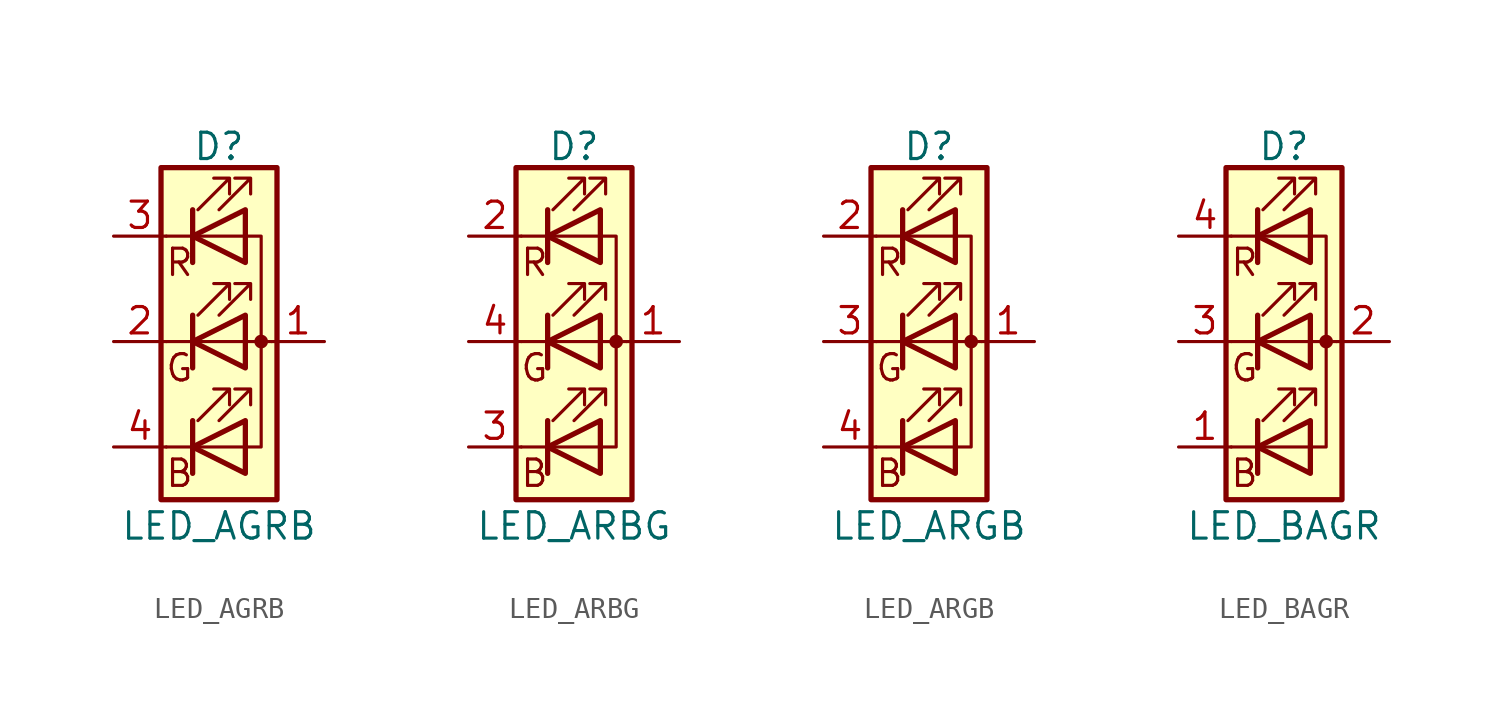
<source format=kicad_sym>
(kicad_symbol_lib
  (version 20201005)
  (generator kicad_symbol_editor)
  (symbol "LED_AGRB"
    (pin_names
      (offset 0) hide)
    (property "Reference" "D"
      (at 0 9.398 0)
      (effects (font (size 1.27 1.27))))
    (property "Value" "LED_AGRB"
      (at 0 -8.89 0)
      (effects (font (size 1.27 1.27))))
    (symbol "LED_AGRB_0_0"
      (text "B" (at -1.905 -6.35 0) (effects (font (size 1.27 1.27))))
      (text "G" (at -1.905 -1.27 0) (effects (font (size 1.27 1.27))))
      (text "R" (at -1.905 3.81 0) (effects (font (size 1.27 1.27)))))
    (symbol "LED_AGRB_0_1"
      (circle (center 2.032 0) (radius 0.254) (stroke (width 0)) (fill (type outline)))
      (rectangle (start 1.27 -1.27) (end 1.27 1.27) (stroke (width 0)) (fill (type none)))
      (rectangle (start 1.27 1.27) (end 1.27 1.27) (stroke (width 0)) (fill (type none)))
      (rectangle (start 1.27 3.81) (end 1.27 6.35) (stroke (width 0)) (fill (type none)))
      (rectangle (start 1.27 6.35) (end 1.27 6.35) (stroke (width 0)) (fill (type none)))
      (rectangle (start 2.794 8.382) (end -2.794 -7.62) (stroke (width 0.254)) (fill (type background)))
      (polyline (pts (xy -1.27 -5.08) (xy -2.54 -5.08)) (stroke (width 0)) (fill (type none)))
      (polyline (pts (xy -1.27 -5.08) (xy 1.27 -5.08)) (stroke (width 0)) (fill (type none)))
      (polyline (pts (xy -1.27 -3.81) (xy -1.27 -6.35)) (stroke (width 0.254)) (fill (type none)))
      (polyline (pts (xy -1.27 0) (xy -2.54 0)) (stroke (width 0)) (fill (type none)))
      (polyline (pts (xy -1.27 1.27) (xy -1.27 -1.27)) (stroke (width 0.254)) (fill (type none)))
      (polyline (pts (xy -1.27 5.08) (xy -2.54 5.08)) (stroke (width 0)) (fill (type none)))
      (polyline (pts (xy -1.27 5.08) (xy 1.27 5.08)) (stroke (width 0)) (fill (type none)))
      (polyline (pts (xy -1.27 6.35) (xy -1.27 3.81)) (stroke (width 0.254)) (fill (type none)))
      (polyline (pts (xy 1.27 0) (xy -1.27 0)) (stroke (width 0)) (fill (type none)))
      (polyline (pts (xy 1.27 0) (xy 2.54 0)) (stroke (width 0)) (fill (type none)))
      (polyline (pts (xy -1.27 1.27) (xy -1.27 -1.27) (xy -1.27 -1.27)) (stroke (width 0)) (fill (type none)))
      (polyline (pts (xy -1.27 6.35) (xy -1.27 3.81) (xy -1.27 3.81)) (stroke (width 0)) (fill (type none)))
      (polyline (pts (xy 1.27 -5.08) (xy 2.032 -5.08) (xy 2.032 5.08) (xy 1.27 5.08)) (stroke (width 0)) (fill (type none)))
      (polyline (pts (xy 1.27 -3.81) (xy 1.27 -6.35) (xy -1.27 -5.08) (xy 1.27 -3.81)) (stroke (width 0.254)) (fill (type none)))
      (polyline (pts (xy 1.27 1.27) (xy 1.27 -1.27) (xy -1.27 0) (xy 1.27 1.27)) (stroke (width 0.254)) (fill (type none)))
      (polyline (pts (xy 1.27 6.35) (xy 1.27 3.81) (xy -1.27 5.08) (xy 1.27 6.35)) (stroke (width 0.254)) (fill (type none)))
      (polyline (pts (xy -1.016 -3.81) (xy 0.508 -2.286) (xy -0.254 -2.286) (xy 0.508 -2.286) (xy 0.508 -3.048)) (stroke (width 0)) (fill (type none)))
      (polyline (pts (xy -1.016 1.27) (xy 0.508 2.794) (xy -0.254 2.794) (xy 0.508 2.794) (xy 0.508 2.032)) (stroke (width 0)) (fill (type none)))
      (polyline (pts (xy -1.016 6.35) (xy 0.508 7.874) (xy -0.254 7.874) (xy 0.508 7.874) (xy 0.508 7.112)) (stroke (width 0)) (fill (type none)))
      (polyline (pts (xy 0 -3.81) (xy 1.524 -2.286) (xy 0.762 -2.286) (xy 1.524 -2.286) (xy 1.524 -3.048)) (stroke (width 0)) (fill (type none)))
      (polyline (pts (xy 0 1.27) (xy 1.524 2.794) (xy 0.762 2.794) (xy 1.524 2.794) (xy 1.524 2.032)) (stroke (width 0)) (fill (type none)))
      (polyline (pts (xy 0 6.35) (xy 1.524 7.874) (xy 0.762 7.874) (xy 1.524 7.874) (xy 1.524 7.112)) (stroke (width 0)) (fill (type none))))
    (symbol "LED_AGRB_1_1"
      (pin passive line (at 5.08 0 180) (length 2.54) (name "A" (effects (font (size 1.27 1.27)))) (number "1" (effects (font (size 1.27 1.27)))))
      (pin passive line (at -5.08 0 0) (length 2.54) (name "GK" (effects (font (size 1.27 1.27)))) (number "2" (effects (font (size 1.27 1.27)))))
      (pin passive line (at -5.08 5.08 0) (length 2.54) (name "RK" (effects (font (size 1.27 1.27)))) (number "3" (effects (font (size 1.27 1.27)))))
      (pin passive line (at -5.08 -5.08 0) (length 2.54) (name "BK" (effects (font (size 1.27 1.27)))) (number "4" (effects (font (size 1.27 1.27)))))))
  (symbol "LED_ARBG"
    (pin_names
      (offset 0) hide)
    (property "Reference" "D"
      (at 0 9.398 0)
      (effects (font (size 1.27 1.27))))
    (property "Value" "LED_ARBG"
      (at 0 -8.89 0)
      (effects (font (size 1.27 1.27))))
    (symbol "LED_ARBG_0_0"
      (text "B" (at -1.905 -6.35 0) (effects (font (size 1.27 1.27))))
      (text "G" (at -1.905 -1.27 0) (effects (font (size 1.27 1.27))))
      (text "R" (at -1.905 3.81 0) (effects (font (size 1.27 1.27)))))
    (symbol "LED_ARBG_0_1"
      (circle (center 2.032 0) (radius 0.254) (stroke (width 0)) (fill (type outline)))
      (rectangle (start 1.27 -1.27) (end 1.27 1.27) (stroke (width 0)) (fill (type none)))
      (rectangle (start 1.27 1.27) (end 1.27 1.27) (stroke (width 0)) (fill (type none)))
      (rectangle (start 1.27 3.81) (end 1.27 6.35) (stroke (width 0)) (fill (type none)))
      (rectangle (start 1.27 6.35) (end 1.27 6.35) (stroke (width 0)) (fill (type none)))
      (rectangle (start 2.794 8.382) (end -2.794 -7.62) (stroke (width 0.254)) (fill (type background)))
      (polyline (pts (xy -1.27 -5.08) (xy -2.54 -5.08)) (stroke (width 0)) (fill (type none)))
      (polyline (pts (xy -1.27 -5.08) (xy 1.27 -5.08)) (stroke (width 0)) (fill (type none)))
      (polyline (pts (xy -1.27 -3.81) (xy -1.27 -6.35)) (stroke (width 0.254)) (fill (type none)))
      (polyline (pts (xy -1.27 0) (xy -2.54 0)) (stroke (width 0)) (fill (type none)))
      (polyline (pts (xy -1.27 1.27) (xy -1.27 -1.27)) (stroke (width 0.254)) (fill (type none)))
      (polyline (pts (xy -1.27 5.08) (xy -2.54 5.08)) (stroke (width 0)) (fill (type none)))
      (polyline (pts (xy -1.27 5.08) (xy 1.27 5.08)) (stroke (width 0)) (fill (type none)))
      (polyline (pts (xy -1.27 6.35) (xy -1.27 3.81)) (stroke (width 0.254)) (fill (type none)))
      (polyline (pts (xy 1.27 0) (xy -1.27 0)) (stroke (width 0)) (fill (type none)))
      (polyline (pts (xy 1.27 0) (xy 2.54 0)) (stroke (width 0)) (fill (type none)))
      (polyline (pts (xy -1.27 1.27) (xy -1.27 -1.27) (xy -1.27 -1.27)) (stroke (width 0)) (fill (type none)))
      (polyline (pts (xy -1.27 6.35) (xy -1.27 3.81) (xy -1.27 3.81)) (stroke (width 0)) (fill (type none)))
      (polyline (pts (xy 1.27 -5.08) (xy 2.032 -5.08) (xy 2.032 5.08) (xy 1.27 5.08)) (stroke (width 0)) (fill (type none)))
      (polyline (pts (xy 1.27 -3.81) (xy 1.27 -6.35) (xy -1.27 -5.08) (xy 1.27 -3.81)) (stroke (width 0.254)) (fill (type none)))
      (polyline (pts (xy 1.27 1.27) (xy 1.27 -1.27) (xy -1.27 0) (xy 1.27 1.27)) (stroke (width 0.254)) (fill (type none)))
      (polyline (pts (xy 1.27 6.35) (xy 1.27 3.81) (xy -1.27 5.08) (xy 1.27 6.35)) (stroke (width 0.254)) (fill (type none)))
      (polyline (pts (xy -1.016 -3.81) (xy 0.508 -2.286) (xy -0.254 -2.286) (xy 0.508 -2.286) (xy 0.508 -3.048)) (stroke (width 0)) (fill (type none)))
      (polyline (pts (xy -1.016 1.27) (xy 0.508 2.794) (xy -0.254 2.794) (xy 0.508 2.794) (xy 0.508 2.032)) (stroke (width 0)) (fill (type none)))
      (polyline (pts (xy -1.016 6.35) (xy 0.508 7.874) (xy -0.254 7.874) (xy 0.508 7.874) (xy 0.508 7.112)) (stroke (width 0)) (fill (type none)))
      (polyline (pts (xy 0 -3.81) (xy 1.524 -2.286) (xy 0.762 -2.286) (xy 1.524 -2.286) (xy 1.524 -3.048)) (stroke (width 0)) (fill (type none)))
      (polyline (pts (xy 0 1.27) (xy 1.524 2.794) (xy 0.762 2.794) (xy 1.524 2.794) (xy 1.524 2.032)) (stroke (width 0)) (fill (type none)))
      (polyline (pts (xy 0 6.35) (xy 1.524 7.874) (xy 0.762 7.874) (xy 1.524 7.874) (xy 1.524 7.112)) (stroke (width 0)) (fill (type none))))
    (symbol "LED_ARBG_1_1"
      (pin passive line (at 5.08 0 180) (length 2.54) (name "A" (effects (font (size 1.27 1.27)))) (number "1" (effects (font (size 1.27 1.27)))))
      (pin passive line (at -5.08 5.08 0) (length 2.54) (name "RK" (effects (font (size 1.27 1.27)))) (number "2" (effects (font (size 1.27 1.27)))))
      (pin passive line (at -5.08 -5.08 0) (length 2.54) (name "BK" (effects (font (size 1.27 1.27)))) (number "3" (effects (font (size 1.27 1.27)))))
      (pin passive line (at -5.08 0 0) (length 2.54) (name "GK" (effects (font (size 1.27 1.27)))) (number "4" (effects (font (size 1.27 1.27)))))))
  (symbol "LED_ARGB"
    (pin_names
      (offset 0) hide)
    (property "Reference" "D"
      (at 0 9.398 0)
      (effects (font (size 1.27 1.27))))
    (property "Value" "LED_ARGB"
      (at 0 -8.89 0)
      (effects (font (size 1.27 1.27))))
    (symbol "LED_ARGB_0_0"
      (text "B" (at -1.905 -6.35 0) (effects (font (size 1.27 1.27))))
      (text "G" (at -1.905 -1.27 0) (effects (font (size 1.27 1.27))))
      (text "R" (at -1.905 3.81 0) (effects (font (size 1.27 1.27)))))
    (symbol "LED_ARGB_0_1"
      (circle (center 2.032 0) (radius 0.254) (stroke (width 0)) (fill (type outline)))
      (rectangle (start 1.27 -1.27) (end 1.27 1.27) (stroke (width 0)) (fill (type none)))
      (rectangle (start 1.27 1.27) (end 1.27 1.27) (stroke (width 0)) (fill (type none)))
      (rectangle (start 1.27 3.81) (end 1.27 6.35) (stroke (width 0)) (fill (type none)))
      (rectangle (start 1.27 6.35) (end 1.27 6.35) (stroke (width 0)) (fill (type none)))
      (rectangle (start 2.794 8.382) (end -2.794 -7.62) (stroke (width 0.254)) (fill (type background)))
      (polyline (pts (xy -1.27 -5.08) (xy -2.54 -5.08)) (stroke (width 0)) (fill (type none)))
      (polyline (pts (xy -1.27 -5.08) (xy 1.27 -5.08)) (stroke (width 0)) (fill (type none)))
      (polyline (pts (xy -1.27 -3.81) (xy -1.27 -6.35)) (stroke (width 0.254)) (fill (type none)))
      (polyline (pts (xy -1.27 0) (xy -2.54 0)) (stroke (width 0)) (fill (type none)))
      (polyline (pts (xy -1.27 1.27) (xy -1.27 -1.27)) (stroke (width 0.254)) (fill (type none)))
      (polyline (pts (xy -1.27 5.08) (xy -2.54 5.08)) (stroke (width 0)) (fill (type none)))
      (polyline (pts (xy -1.27 5.08) (xy 1.27 5.08)) (stroke (width 0)) (fill (type none)))
      (polyline (pts (xy -1.27 6.35) (xy -1.27 3.81)) (stroke (width 0.254)) (fill (type none)))
      (polyline (pts (xy 1.27 0) (xy -1.27 0)) (stroke (width 0)) (fill (type none)))
      (polyline (pts (xy 1.27 0) (xy 2.54 0)) (stroke (width 0)) (fill (type none)))
      (polyline (pts (xy -1.27 1.27) (xy -1.27 -1.27) (xy -1.27 -1.27)) (stroke (width 0)) (fill (type none)))
      (polyline (pts (xy -1.27 6.35) (xy -1.27 3.81) (xy -1.27 3.81)) (stroke (width 0)) (fill (type none)))
      (polyline (pts (xy 1.27 -5.08) (xy 2.032 -5.08) (xy 2.032 5.08) (xy 1.27 5.08)) (stroke (width 0)) (fill (type none)))
      (polyline (pts (xy 1.27 -3.81) (xy 1.27 -6.35) (xy -1.27 -5.08) (xy 1.27 -3.81)) (stroke (width 0.254)) (fill (type none)))
      (polyline (pts (xy 1.27 1.27) (xy 1.27 -1.27) (xy -1.27 0) (xy 1.27 1.27)) (stroke (width 0.254)) (fill (type none)))
      (polyline (pts (xy 1.27 6.35) (xy 1.27 3.81) (xy -1.27 5.08) (xy 1.27 6.35)) (stroke (width 0.254)) (fill (type none)))
      (polyline (pts (xy -1.016 -3.81) (xy 0.508 -2.286) (xy -0.254 -2.286) (xy 0.508 -2.286) (xy 0.508 -3.048)) (stroke (width 0)) (fill (type none)))
      (polyline (pts (xy -1.016 1.27) (xy 0.508 2.794) (xy -0.254 2.794) (xy 0.508 2.794) (xy 0.508 2.032)) (stroke (width 0)) (fill (type none)))
      (polyline (pts (xy -1.016 6.35) (xy 0.508 7.874) (xy -0.254 7.874) (xy 0.508 7.874) (xy 0.508 7.112)) (stroke (width 0)) (fill (type none)))
      (polyline (pts (xy 0 -3.81) (xy 1.524 -2.286) (xy 0.762 -2.286) (xy 1.524 -2.286) (xy 1.524 -3.048)) (stroke (width 0)) (fill (type none)))
      (polyline (pts (xy 0 1.27) (xy 1.524 2.794) (xy 0.762 2.794) (xy 1.524 2.794) (xy 1.524 2.032)) (stroke (width 0)) (fill (type none)))
      (polyline (pts (xy 0 6.35) (xy 1.524 7.874) (xy 0.762 7.874) (xy 1.524 7.874) (xy 1.524 7.112)) (stroke (width 0)) (fill (type none))))
    (symbol "LED_ARGB_1_1"
      (pin passive line (at 5.08 0 180) (length 2.54) (name "A" (effects (font (size 1.27 1.27)))) (number "1" (effects (font (size 1.27 1.27)))))
      (pin passive line (at -5.08 5.08 0) (length 2.54) (name "RK" (effects (font (size 1.27 1.27)))) (number "2" (effects (font (size 1.27 1.27)))))
      (pin passive line (at -5.08 0 0) (length 2.54) (name "GK" (effects (font (size 1.27 1.27)))) (number "3" (effects (font (size 1.27 1.27)))))
      (pin passive line (at -5.08 -5.08 0) (length 2.54) (name "BK" (effects (font (size 1.27 1.27)))) (number "4" (effects (font (size 1.27 1.27)))))))
  (symbol "LED_BAGR"
    (pin_names
      (offset 0) hide)
    (property "Reference" "D"
      (at 0 9.398 0)
      (effects (font (size 1.27 1.27))))
    (property "Value" "LED_BAGR"
      (at 0 -8.89 0)
      (effects (font (size 1.27 1.27))))
    (symbol "LED_BAGR_0_0"
      (text "B" (at -1.905 -6.35 0) (effects (font (size 1.27 1.27))))
      (text "G" (at -1.905 -1.27 0) (effects (font (size 1.27 1.27))))
      (text "R" (at -1.905 3.81 0) (effects (font (size 1.27 1.27)))))
    (symbol "LED_BAGR_0_1"
      (circle (center 2.032 0) (radius 0.254) (stroke (width 0)) (fill (type outline)))
      (rectangle (start 1.27 -1.27) (end 1.27 1.27) (stroke (width 0)) (fill (type none)))
      (rectangle (start 1.27 1.27) (end 1.27 1.27) (stroke (width 0)) (fill (type none)))
      (rectangle (start 1.27 3.81) (end 1.27 6.35) (stroke (width 0)) (fill (type none)))
      (rectangle (start 1.27 6.35) (end 1.27 6.35) (stroke (width 0)) (fill (type none)))
      (rectangle (start 2.794 8.382) (end -2.794 -7.62) (stroke (width 0.254)) (fill (type background)))
      (polyline (pts (xy -1.27 -5.08) (xy -2.54 -5.08)) (stroke (width 0)) (fill (type none)))
      (polyline (pts (xy -1.27 -5.08) (xy 1.27 -5.08)) (stroke (width 0)) (fill (type none)))
      (polyline (pts (xy -1.27 -3.81) (xy -1.27 -6.35)) (stroke (width 0.254)) (fill (type none)))
      (polyline (pts (xy -1.27 0) (xy -2.54 0)) (stroke (width 0)) (fill (type none)))
      (polyline (pts (xy -1.27 1.27) (xy -1.27 -1.27)) (stroke (width 0.254)) (fill (type none)))
      (polyline (pts (xy -1.27 5.08) (xy -2.54 5.08)) (stroke (width 0)) (fill (type none)))
      (polyline (pts (xy -1.27 5.08) (xy 1.27 5.08)) (stroke (width 0)) (fill (type none)))
      (polyline (pts (xy -1.27 6.35) (xy -1.27 3.81)) (stroke (width 0.254)) (fill (type none)))
      (polyline (pts (xy 1.27 0) (xy -1.27 0)) (stroke (width 0)) (fill (type none)))
      (polyline (pts (xy 1.27 0) (xy 2.54 0)) (stroke (width 0)) (fill (type none)))
      (polyline (pts (xy -1.27 1.27) (xy -1.27 -1.27) (xy -1.27 -1.27)) (stroke (width 0)) (fill (type none)))
      (polyline (pts (xy -1.27 6.35) (xy -1.27 3.81) (xy -1.27 3.81)) (stroke (width 0)) (fill (type none)))
      (polyline (pts (xy 1.27 -5.08) (xy 2.032 -5.08) (xy 2.032 5.08) (xy 1.27 5.08)) (stroke (width 0)) (fill (type none)))
      (polyline (pts (xy 1.27 -3.81) (xy 1.27 -6.35) (xy -1.27 -5.08) (xy 1.27 -3.81)) (stroke (width 0.254)) (fill (type none)))
      (polyline (pts (xy 1.27 1.27) (xy 1.27 -1.27) (xy -1.27 0) (xy 1.27 1.27)) (stroke (width 0.254)) (fill (type none)))
      (polyline (pts (xy 1.27 6.35) (xy 1.27 3.81) (xy -1.27 5.08) (xy 1.27 6.35)) (stroke (width 0.254)) (fill (type none)))
      (polyline (pts (xy -1.016 -3.81) (xy 0.508 -2.286) (xy -0.254 -2.286) (xy 0.508 -2.286) (xy 0.508 -3.048)) (stroke (width 0)) (fill (type none)))
      (polyline (pts (xy -1.016 1.27) (xy 0.508 2.794) (xy -0.254 2.794) (xy 0.508 2.794) (xy 0.508 2.032)) (stroke (width 0)) (fill (type none)))
      (polyline (pts (xy -1.016 6.35) (xy 0.508 7.874) (xy -0.254 7.874) (xy 0.508 7.874) (xy 0.508 7.112)) (stroke (width 0)) (fill (type none)))
      (polyline (pts (xy 0 -3.81) (xy 1.524 -2.286) (xy 0.762 -2.286) (xy 1.524 -2.286) (xy 1.524 -3.048)) (stroke (width 0)) (fill (type none)))
      (polyline (pts (xy 0 1.27) (xy 1.524 2.794) (xy 0.762 2.794) (xy 1.524 2.794) (xy 1.524 2.032)) (stroke (width 0)) (fill (type none)))
      (polyline (pts (xy 0 6.35) (xy 1.524 7.874) (xy 0.762 7.874) (xy 1.524 7.874) (xy 1.524 7.112)) (stroke (width 0)) (fill (type none))))
    (symbol "LED_BAGR_1_1"
      (pin passive line (at -5.08 -5.08 0) (length 2.54) (name "BK" (effects (font (size 1.27 1.27)))) (number "1" (effects (font (size 1.27 1.27)))))
      (pin passive line (at 5.08 0 180) (length 2.54) (name "A" (effects (font (size 1.27 1.27)))) (number "2" (effects (font (size 1.27 1.27)))))
      (pin passive line (at -5.08 0 0) (length 2.54) (name "GK" (effects (font (size 1.27 1.27)))) (number "3" (effects (font (size 1.27 1.27)))))
      (pin passive line (at -5.08 5.08 0) (length 2.54) (name "RK" (effects (font (size 1.27 1.27)))) (number "4" (effects (font (size 1.27 1.27))))))))
</source>
